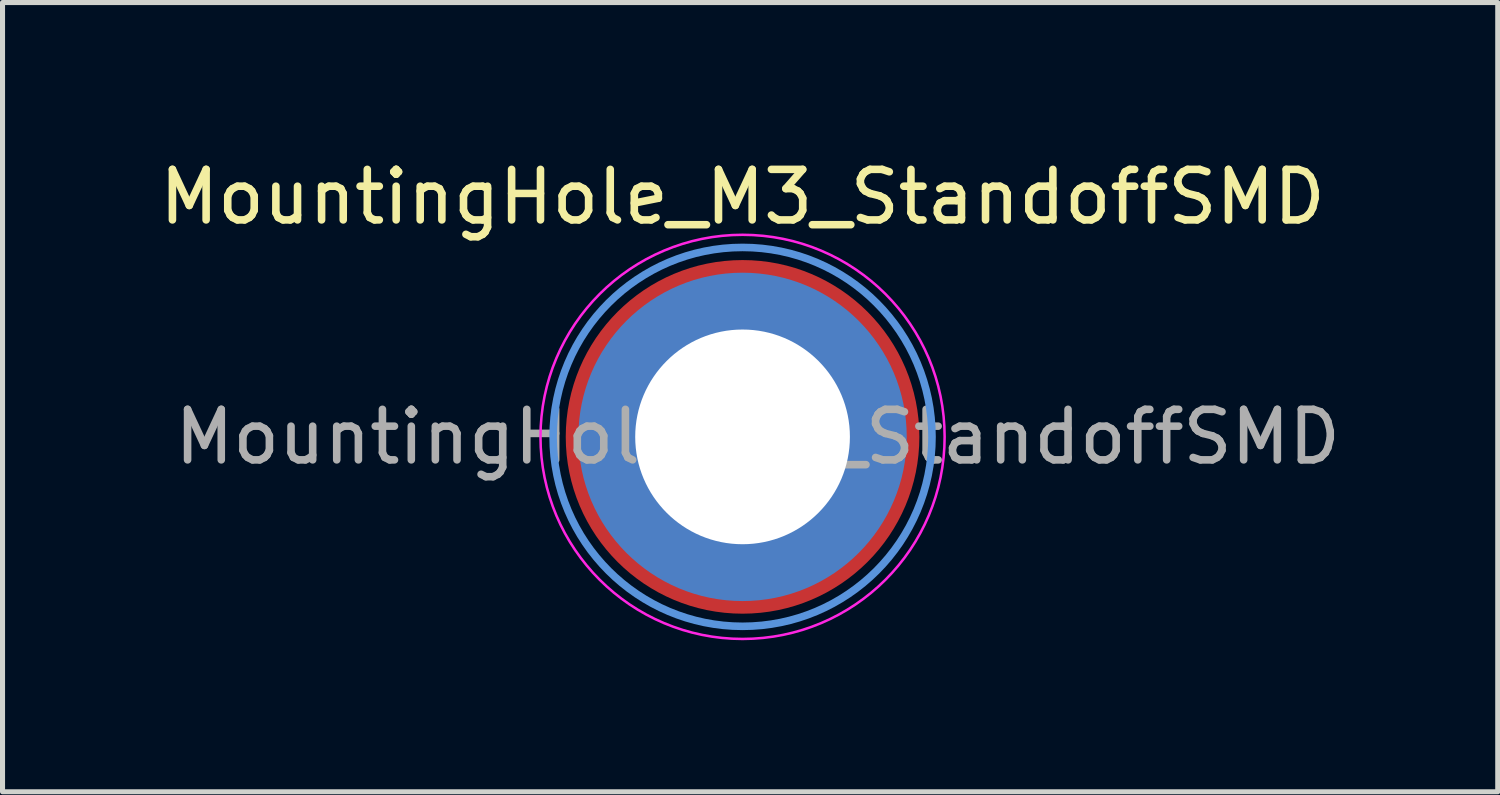
<source format=kicad_pcb>
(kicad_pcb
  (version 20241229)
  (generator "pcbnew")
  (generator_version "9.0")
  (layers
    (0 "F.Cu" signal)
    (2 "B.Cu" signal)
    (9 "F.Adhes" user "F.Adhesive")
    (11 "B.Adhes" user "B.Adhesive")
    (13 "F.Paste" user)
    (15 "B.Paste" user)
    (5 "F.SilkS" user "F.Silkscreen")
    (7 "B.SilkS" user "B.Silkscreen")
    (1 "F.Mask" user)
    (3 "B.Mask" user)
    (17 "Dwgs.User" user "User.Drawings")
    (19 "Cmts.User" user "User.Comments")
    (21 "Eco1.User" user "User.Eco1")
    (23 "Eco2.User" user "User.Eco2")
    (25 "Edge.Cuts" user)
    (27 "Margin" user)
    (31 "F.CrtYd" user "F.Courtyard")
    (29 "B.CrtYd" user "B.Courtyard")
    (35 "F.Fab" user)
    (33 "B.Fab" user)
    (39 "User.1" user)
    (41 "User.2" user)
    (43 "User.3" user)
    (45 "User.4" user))
  (footprint "MountingHole_M3_StandoffSMD"
    (layer "F.Cu")
    (at 11.649 5.598)
    (property "Reference" "MountingHole_M3_StandoffSMD" (at 0 -4.75 0) (layer "F.SilkS") (effects (font (size 1 1) (thickness 0.15))))
    (attr exclude_from_pos_files exclude_from_bom)
    (fp_circle (center 0 0) (end 3.75 0) (stroke (width 0.15) (type solid)) (fill no) (layer "Cmts.User"))
    (fp_circle (center 0 0) (end 4 0) (stroke (width 0.05) (type solid)) (fill no) (layer "F.CrtYd"))
    (fp_text user "${REFERENCE}" (at 0.3 0 0) (layer "F.Fab") (effects (font (size 1 1) (thickness 0.15))))
    (pad "1" thru_hole circle (at 0 0) (size 6.5 6.5) (drill 4.25) (layers "*.Cu" "*.Mask"))
    (pad "1" connect circle (at 0 0) (size 7 7) (layers "F.Cu" "F.Mask")))
  (gr_rect
    (start -3 -3)
    (end 26.598 12.623)
    (stroke (width 0.1) (type default))
    (fill no)
    (layer "Edge.Cuts")))
</source>
